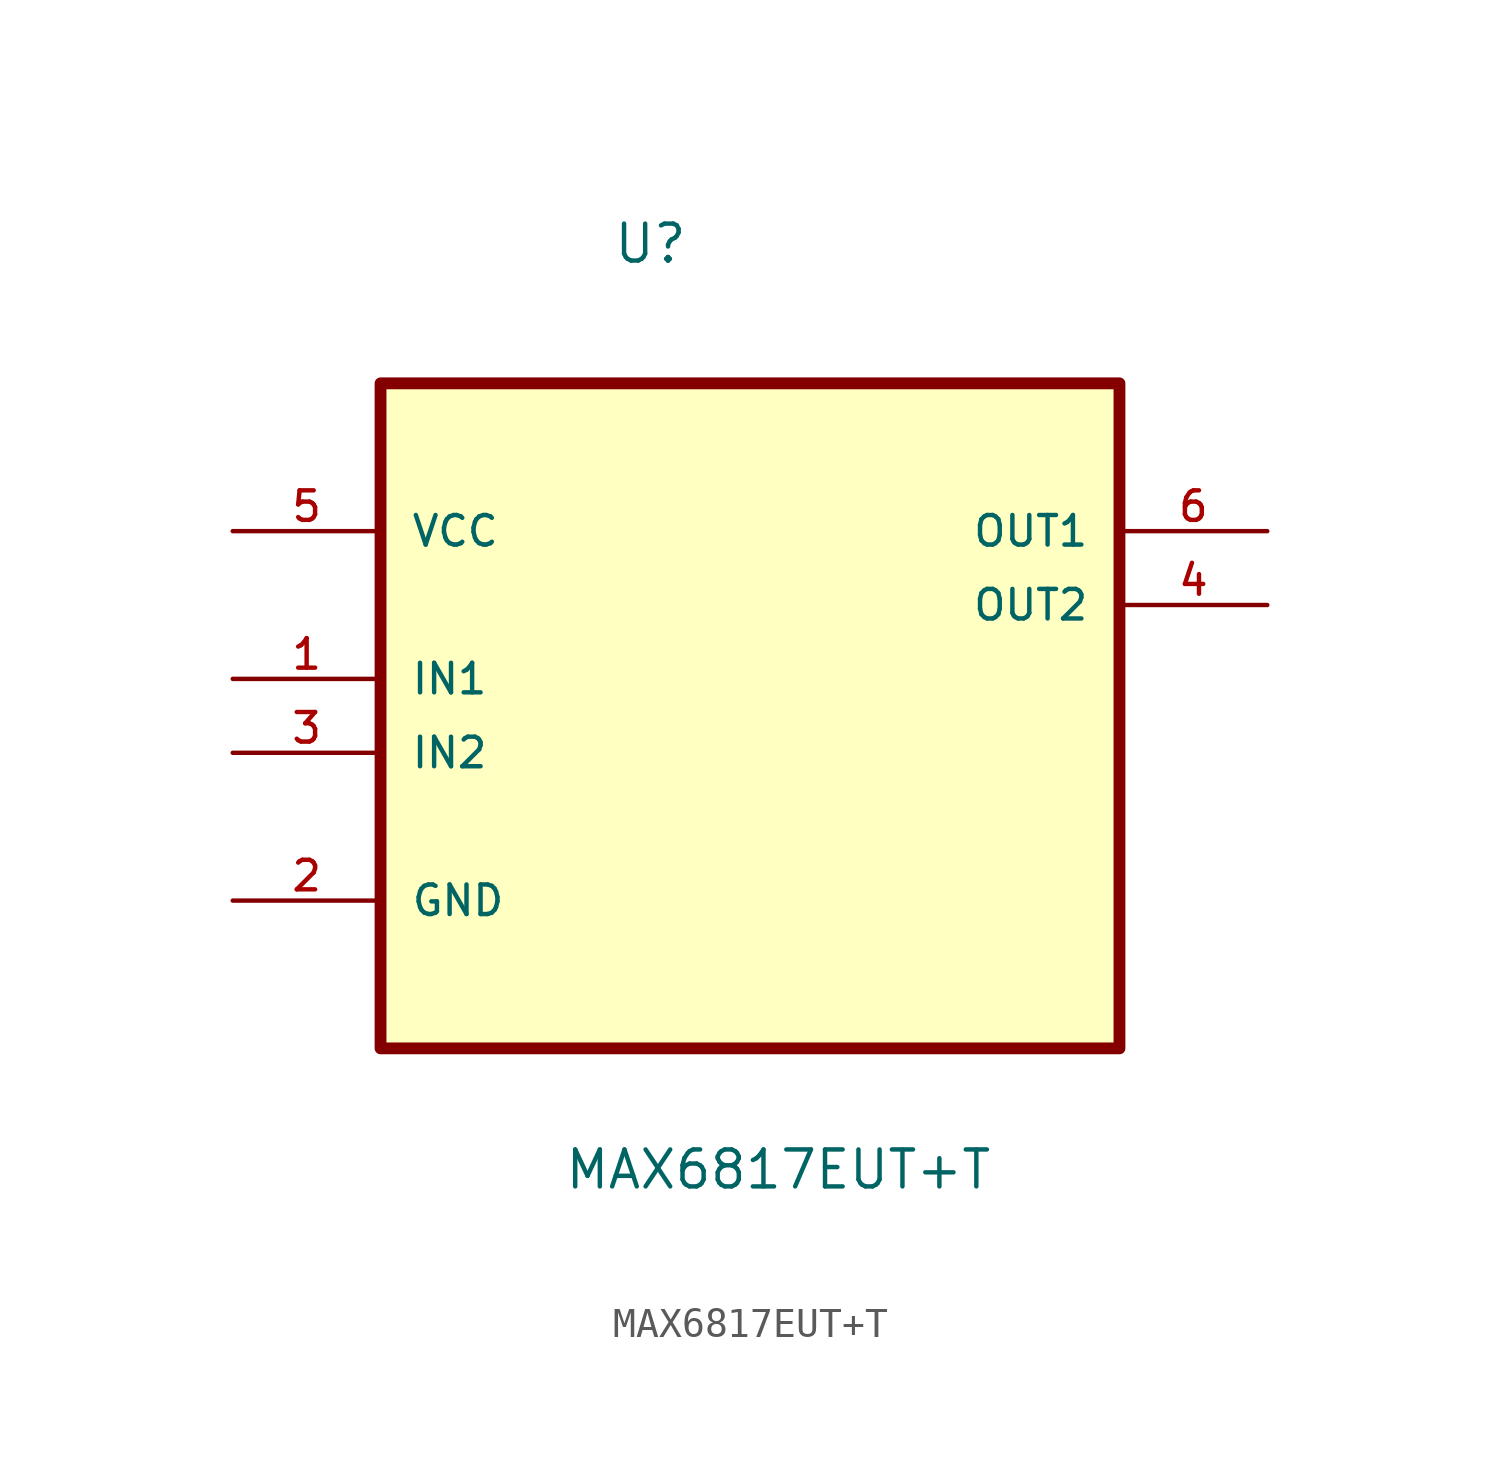
<source format=kicad_sym>
(kicad_symbol_lib
  (version 20211014)
  (generator kicad_symbol_editor)
  (symbol "MAX6817EUT+T"
    (pin_names
      (offset 1.016))
    (property "Reference" "U"
      (at -4.732 11.677 0.0)
      (effects (font (size 1.27 1.27)) (justify bottom left)))
    (property "Value" "MAX6817EUT+T"
      (at -6.411 -20.148 0.0)
      (effects (font (size 1.27 1.27)) (justify bottom left)))
    (symbol "MAX6817EUT+T_0_0"
      (rectangle (start -12.7 -15.24) (end 12.7 7.62) (stroke (width 0.406)) (fill (type background)))
      (pin power_in line (at -17.78 2.54 0) (length 5.08) (name "VCC" (effects (font (size 1.016 1.016)))) (number "5" (effects (font (size 1.016 1.016)))))
      (pin input line (at -17.78 -2.54 0) (length 5.08) (name "IN1" (effects (font (size 1.016 1.016)))) (number "1" (effects (font (size 1.016 1.016)))))
      (pin input line (at -17.78 -5.08 0) (length 5.08) (name "IN2" (effects (font (size 1.016 1.016)))) (number "3" (effects (font (size 1.016 1.016)))))
      (pin passive line (at -17.78 -10.16 0) (length 5.08) (name "GND" (effects (font (size 1.016 1.016)))) (number "2" (effects (font (size 1.016 1.016)))))
      (pin output line (at 17.78 2.54 180.0) (length 5.08) (name "OUT1" (effects (font (size 1.016 1.016)))) (number "6" (effects (font (size 1.016 1.016)))))
      (pin output line (at 17.78 0.0 180.0) (length 5.08) (name "OUT2" (effects (font (size 1.016 1.016)))) (number "4" (effects (font (size 1.016 1.016))))))))
</source>
